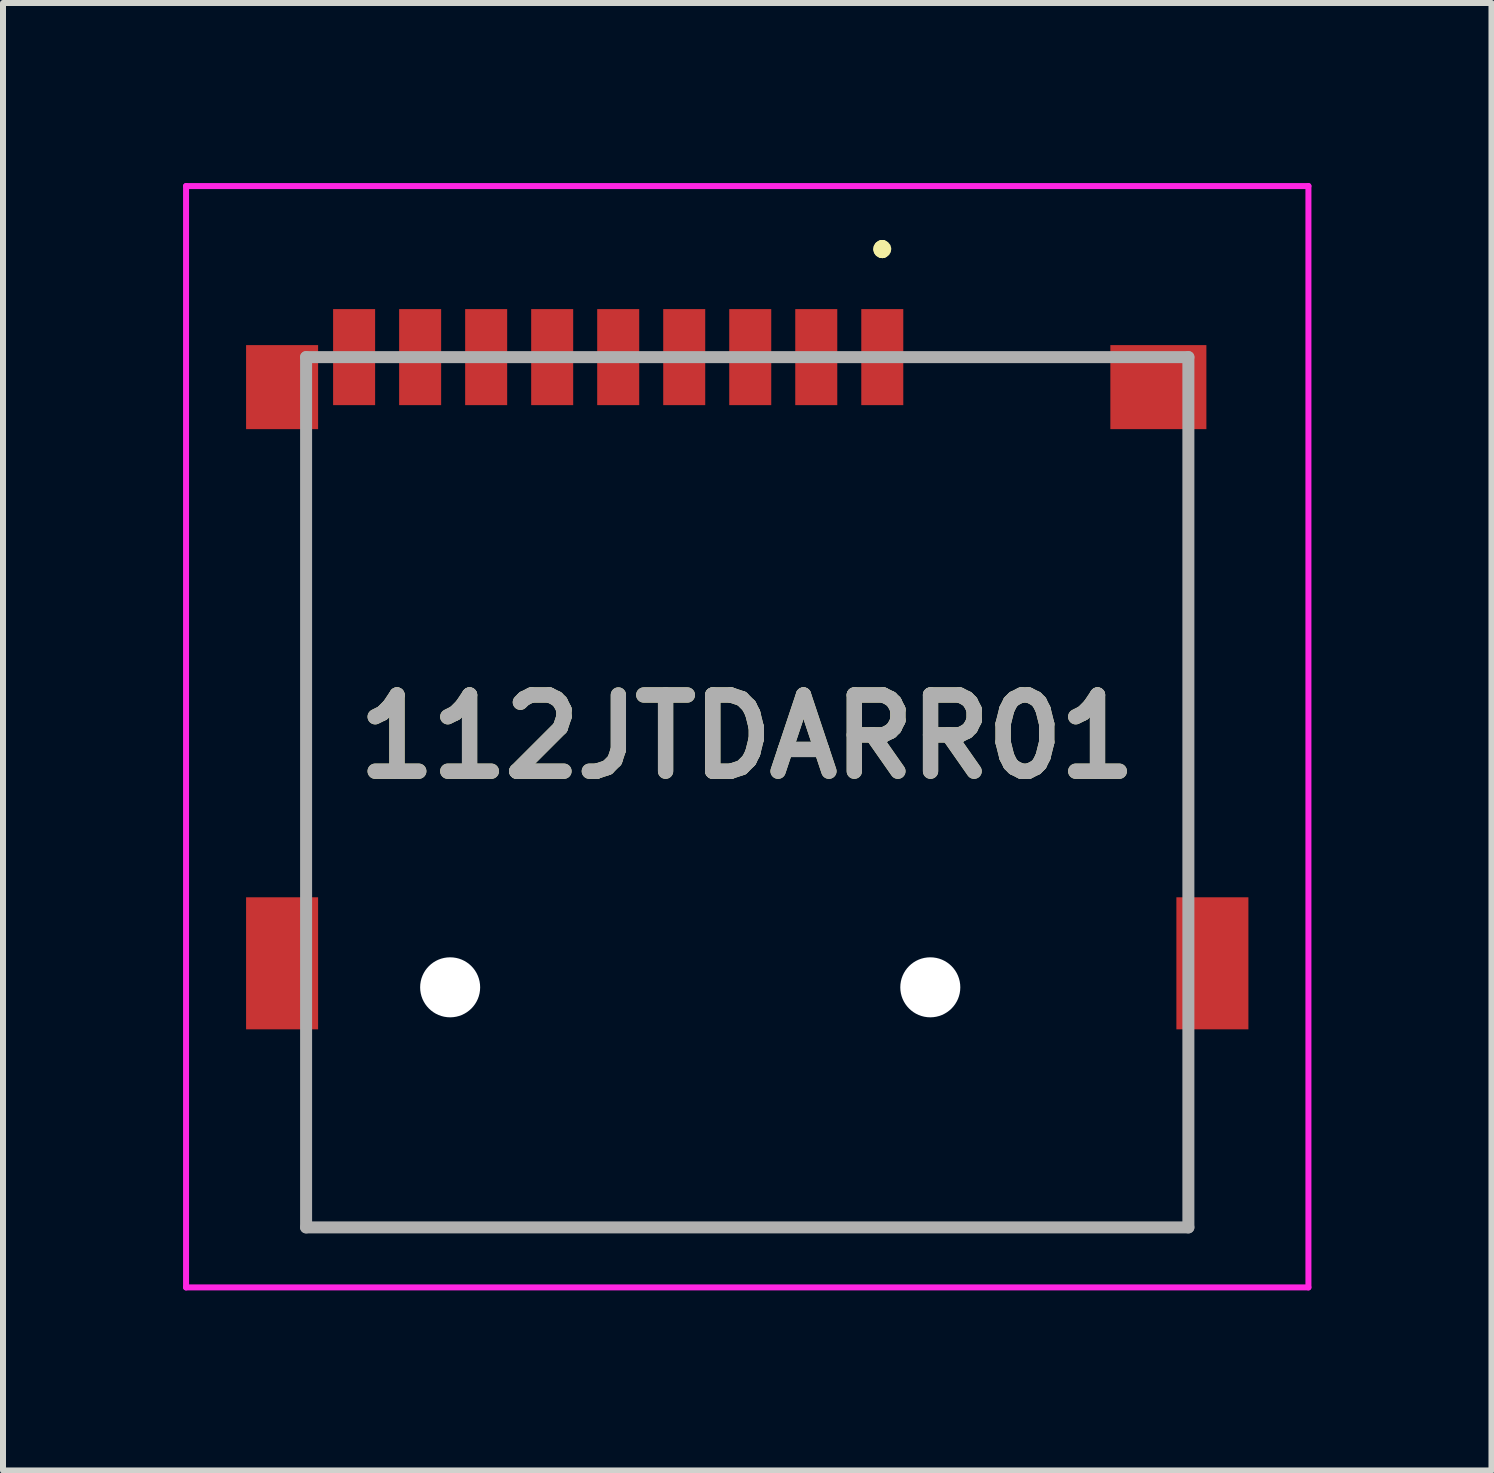
<source format=kicad_pcb>
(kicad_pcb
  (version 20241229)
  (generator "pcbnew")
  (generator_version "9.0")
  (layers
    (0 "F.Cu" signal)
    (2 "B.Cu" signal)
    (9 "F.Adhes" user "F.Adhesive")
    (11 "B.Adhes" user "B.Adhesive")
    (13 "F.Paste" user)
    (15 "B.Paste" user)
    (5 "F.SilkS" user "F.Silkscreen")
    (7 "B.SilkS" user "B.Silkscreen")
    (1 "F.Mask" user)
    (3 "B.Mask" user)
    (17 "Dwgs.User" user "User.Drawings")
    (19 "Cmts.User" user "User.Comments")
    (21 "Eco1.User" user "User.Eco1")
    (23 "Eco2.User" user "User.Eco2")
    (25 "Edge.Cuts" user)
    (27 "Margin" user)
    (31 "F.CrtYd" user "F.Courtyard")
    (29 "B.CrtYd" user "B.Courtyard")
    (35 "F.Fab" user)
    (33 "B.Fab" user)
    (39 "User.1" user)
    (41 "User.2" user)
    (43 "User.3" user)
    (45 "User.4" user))
  (footprint "112JTDARR01"
    (layer "F.Cu")
    (at 9.4 10.15)
    (property "Reference" "112JTDARR01" (at 0 -0.925 0) (layer "F.SilkS") (effects (font (size 1.27 1.27) (thickness 0.254))))
    (attr through_hole)
    (fp_line (start -7.35 -5.5) (end -7.35 -5.5) (stroke (width 0.1) (type solid)) (layer "F.SilkS"))
    (fp_line (start -7.35 -5.5) (end -7.35 1.25) (stroke (width 0.1) (type solid)) (layer "F.SilkS"))
    (fp_line (start -7.35 1.25) (end -7.35 -5.5) (stroke (width 0.1) (type solid)) (layer "F.SilkS"))
    (fp_line (start -7.35 1.25) (end -7.35 1.25) (stroke (width 0.1) (type solid)) (layer "F.SilkS"))
    (fp_line (start -7.35 4.5) (end -7.35 4.5) (stroke (width 0.1) (type solid)) (layer "F.SilkS"))
    (fp_line (start -7.35 4.5) (end -7.35 7.25) (stroke (width 0.1) (type solid)) (layer "F.SilkS"))
    (fp_line (start -7.35 7.25) (end -7.35 4.5) (stroke (width 0.1) (type solid)) (layer "F.SilkS"))
    (fp_line (start -7.35 7.25) (end -7.35 7.25) (stroke (width 0.1) (type solid)) (layer "F.SilkS"))
    (fp_line (start -7.35 7.25) (end -7.35 7.25) (stroke (width 0.1) (type solid)) (layer "F.SilkS"))
    (fp_line (start -7.35 7.25) (end 7.35 7.25) (stroke (width 0.1) (type solid)) (layer "F.SilkS"))
    (fp_line (start 2.25 -9.1) (end 2.25 -9.1) (stroke (width 0.2) (type solid)) (layer "F.SilkS"))
    (fp_line (start 2.25 -9.1) (end 2.25 -9.1) (stroke (width 0.2) (type solid)) (layer "F.SilkS"))
    (fp_line (start 2.25 -9) (end 2.25 -9) (stroke (width 0.2) (type solid)) (layer "F.SilkS"))
    (fp_line (start 3.25 -7.25) (end 3.25 -7.25) (stroke (width 0.1) (type solid)) (layer "F.SilkS"))
    (fp_line (start 3.25 -7.25) (end 5.5 -7.25) (stroke (width 0.1) (type solid)) (layer "F.SilkS"))
    (fp_line (start 5.5 -7.25) (end 3.25 -7.25) (stroke (width 0.1) (type solid)) (layer "F.SilkS"))
    (fp_line (start 5.5 -7.25) (end 5.5 -7.25) (stroke (width 0.1) (type solid)) (layer "F.SilkS"))
    (fp_line (start 7.35 -5.5) (end 7.35 -5.5) (stroke (width 0.1) (type solid)) (layer "F.SilkS"))
    (fp_line (start 7.35 -5.5) (end 7.35 1.25) (stroke (width 0.1) (type solid)) (layer "F.SilkS"))
    (fp_line (start 7.35 1.25) (end 7.35 -5.5) (stroke (width 0.1) (type solid)) (layer "F.SilkS"))
    (fp_line (start 7.35 1.25) (end 7.35 1.25) (stroke (width 0.1) (type solid)) (layer "F.SilkS"))
    (fp_line (start 7.35 4.5) (end 7.35 4.5) (stroke (width 0.1) (type solid)) (layer "F.SilkS"))
    (fp_line (start 7.35 4.5) (end 7.35 7.25) (stroke (width 0.1) (type solid)) (layer "F.SilkS"))
    (fp_line (start 7.35 7.25) (end -7.35 7.25) (stroke (width 0.1) (type solid)) (layer "F.SilkS"))
    (fp_line (start 7.35 7.25) (end 7.35 4.5) (stroke (width 0.1) (type solid)) (layer "F.SilkS"))
    (fp_line (start 7.35 7.25) (end 7.35 7.25) (stroke (width 0.1) (type solid)) (layer "F.SilkS"))
    (fp_line (start 7.35 7.25) (end 7.35 7.25) (stroke (width 0.1) (type solid)) (layer "F.SilkS"))
    (fp_arc (start 2.25 -9.1) (mid 2.3 -9.05) (end 2.25 -9) (stroke (width 0.2) (type solid)) (layer "F.SilkS"))
    (fp_arc (start 2.25 -9) (mid 2.2 -9.05) (end 2.25 -9.1) (stroke (width 0.2) (type solid)) (layer "F.SilkS"))
    (fp_arc (start 2.25 -9) (mid 2.2 -9.05) (end 2.25 -9.1) (stroke (width 0.2) (type solid)) (layer "F.SilkS"))
    (fp_line (start -9.35 -10.1) (end 9.35 -10.1) (stroke (width 0.1) (type solid)) (layer "F.CrtYd"))
    (fp_line (start -9.35 8.25) (end -9.35 -10.1) (stroke (width 0.1) (type solid)) (layer "F.CrtYd"))
    (fp_line (start 9.35 -10.1) (end 9.35 8.25) (stroke (width 0.1) (type solid)) (layer "F.CrtYd"))
    (fp_line (start 9.35 8.25) (end -9.35 8.25) (stroke (width 0.1) (type solid)) (layer "F.CrtYd"))
    (fp_line (start -7.35 -7.25) (end -7.35 7.25) (stroke (width 0.2) (type solid)) (layer "F.Fab"))
    (fp_line (start -7.35 7.25) (end 7.35 7.25) (stroke (width 0.2) (type solid)) (layer "F.Fab"))
    (fp_line (start 7.35 -7.25) (end -7.35 -7.25) (stroke (width 0.2) (type solid)) (layer "F.Fab"))
    (fp_line (start 7.35 7.25) (end 7.35 -7.25) (stroke (width 0.2) (type solid)) (layer "F.Fab"))
    (fp_text user "${REFERENCE}" (at 0 -0.925 0) (layer "F.Fab") (effects (font (size 1.27 1.27) (thickness 0.254))))
    (pad "" np_thru_hole circle (at -4.95 3.25) (size 1 1) (drill 1) (layers "*.Cu" "*.Mask"))
    (pad "" np_thru_hole circle (at 3.05 3.25) (size 1 1) (drill 1) (layers "*.Cu" "*.Mask"))
    (pad "1" smd rect (at 2.25 -7.25) (size 0.7 1.6) (layers "F.Cu" "F.Mask" "F.Paste"))
    (pad "2" smd rect (at 1.15 -7.25) (size 0.7 1.6) (layers "F.Cu" "F.Mask" "F.Paste"))
    (pad "3" smd rect (at 0.05 -7.25) (size 0.7 1.6) (layers "F.Cu" "F.Mask" "F.Paste"))
    (pad "4" smd rect (at -1.05 -7.25) (size 0.7 1.6) (layers "F.Cu" "F.Mask" "F.Paste"))
    (pad "5" smd rect (at -2.15 -7.25) (size 0.7 1.6) (layers "F.Cu" "F.Mask" "F.Paste"))
    (pad "6" smd rect (at -3.25 -7.25) (size 0.7 1.6) (layers "F.Cu" "F.Mask" "F.Paste"))
    (pad "7" smd rect (at -4.35 -7.25) (size 0.7 1.6) (layers "F.Cu" "F.Mask" "F.Paste"))
    (pad "8" smd rect (at -5.45 -7.25) (size 0.7 1.6) (layers "F.Cu" "F.Mask" "F.Paste"))
    (pad "CD1" smd rect (at -6.55 -7.25) (size 0.7 1.6) (layers "F.Cu" "F.Mask" "F.Paste"))
    (pad "G1" smd rect (at -7.75 -6.75) (size 1.2 1.4) (layers "F.Cu" "F.Mask" "F.Paste"))
    (pad "MP1" smd rect (at 6.85 -6.75 90) (size 1.4 1.6) (layers "F.Cu" "F.Mask" "F.Paste"))
    (pad "MP2" smd rect (at 7.75 2.85) (size 1.2 2.2) (layers "F.Cu" "F.Mask" "F.Paste"))
    (pad "MP3" smd rect (at -7.75 2.85) (size 1.2 2.2) (layers "F.Cu" "F.Mask" "F.Paste")))
  (gr_rect
    (start -3 -3)
    (end 21.8 21.45)
    (stroke (width 0.1) (type default))
    (fill no)
    (layer "Edge.Cuts")))
</source>
